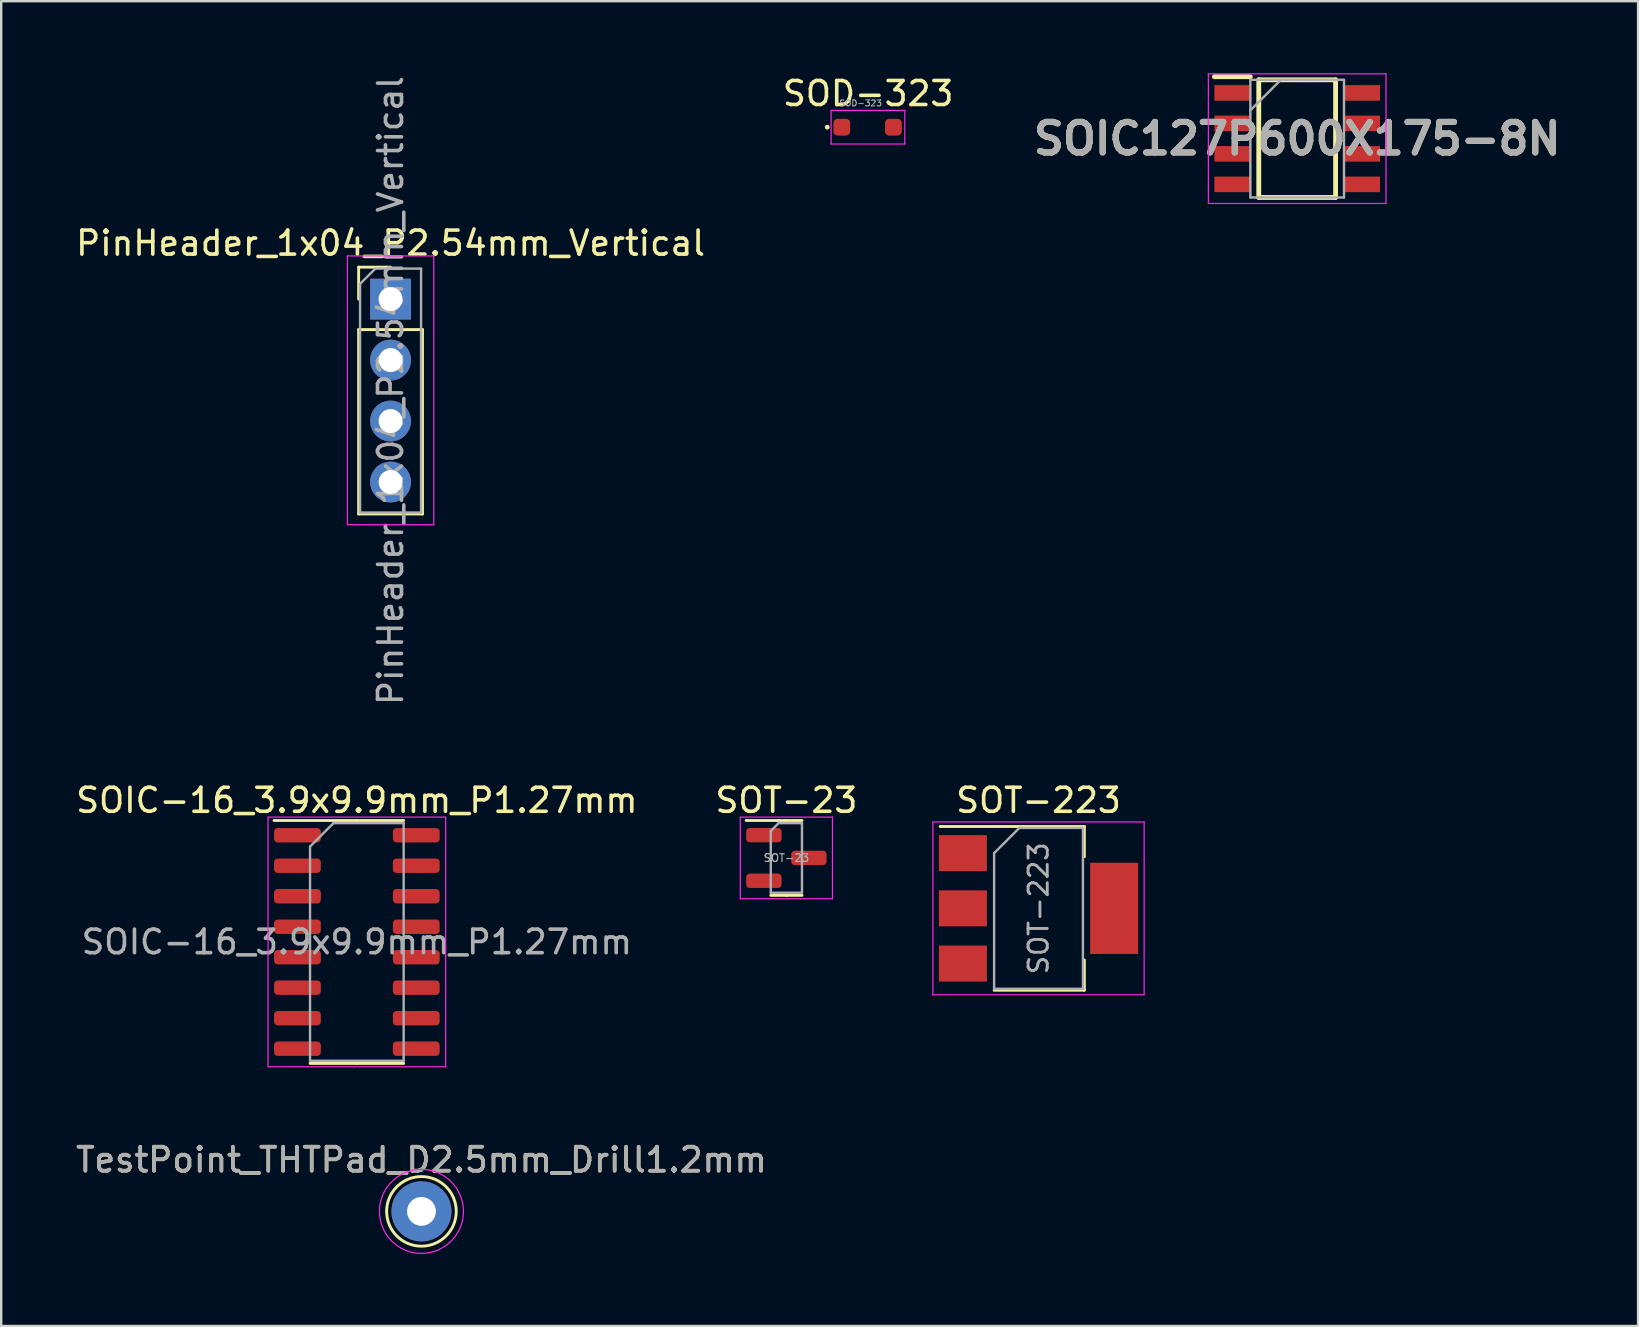
<source format=kicad_pcb>
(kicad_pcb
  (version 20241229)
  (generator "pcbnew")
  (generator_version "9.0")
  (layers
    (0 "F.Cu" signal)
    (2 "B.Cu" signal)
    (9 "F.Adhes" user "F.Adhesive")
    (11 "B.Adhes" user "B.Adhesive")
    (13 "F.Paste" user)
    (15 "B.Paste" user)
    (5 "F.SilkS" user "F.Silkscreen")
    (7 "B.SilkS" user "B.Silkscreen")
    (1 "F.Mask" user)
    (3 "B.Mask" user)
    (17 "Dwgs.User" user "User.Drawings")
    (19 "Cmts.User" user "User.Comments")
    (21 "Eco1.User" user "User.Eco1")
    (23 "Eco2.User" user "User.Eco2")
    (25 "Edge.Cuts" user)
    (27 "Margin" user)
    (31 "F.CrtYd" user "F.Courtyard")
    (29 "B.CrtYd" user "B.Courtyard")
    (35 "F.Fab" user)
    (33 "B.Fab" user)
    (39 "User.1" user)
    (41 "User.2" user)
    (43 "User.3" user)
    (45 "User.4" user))
  (footprint "SOT-23"
    (layer "F.Cu")
    (at 29.708 32.689)
    (property "Reference" "SOT-23" (at 0 -2.4 0) (layer "F.SilkS") (effects (font (size 1 1) (thickness 0.15))))
    (attr smd)
    (fp_line (start 0 -1.56) (end -1.675 -1.56) (stroke (width 0.12) (type solid)) (layer "F.SilkS"))
    (fp_line (start 0 -1.56) (end 0.65 -1.56) (stroke (width 0.12) (type solid)) (layer "F.SilkS"))
    (fp_line (start 0 1.56) (end -0.65 1.56) (stroke (width 0.12) (type solid)) (layer "F.SilkS"))
    (fp_line (start 0 1.56) (end 0.65 1.56) (stroke (width 0.12) (type solid)) (layer "F.SilkS"))
    (fp_line (start -1.92 -1.7) (end -1.92 1.7) (stroke (width 0.05) (type solid)) (layer "F.CrtYd"))
    (fp_line (start -1.92 1.7) (end 1.92 1.7) (stroke (width 0.05) (type solid)) (layer "F.CrtYd"))
    (fp_line (start 1.92 -1.7) (end -1.92 -1.7) (stroke (width 0.05) (type solid)) (layer "F.CrtYd"))
    (fp_line (start 1.92 1.7) (end 1.92 -1.7) (stroke (width 0.05) (type solid)) (layer "F.CrtYd"))
    (fp_line (start -0.65 -1.125) (end -0.325 -1.45) (stroke (width 0.1) (type solid)) (layer "F.Fab"))
    (fp_line (start -0.65 1.45) (end -0.65 -1.125) (stroke (width 0.1) (type solid)) (layer "F.Fab"))
    (fp_line (start -0.325 -1.45) (end 0.65 -1.45) (stroke (width 0.1) (type solid)) (layer "F.Fab"))
    (fp_line (start 0.65 -1.45) (end 0.65 1.45) (stroke (width 0.1) (type solid)) (layer "F.Fab"))
    (fp_line (start 0.65 1.45) (end -0.65 1.45) (stroke (width 0.1) (type solid)) (layer "F.Fab"))
    (fp_text user "${REFERENCE}" (at 0 0 0) (layer "F.Fab") (effects (font (size 0.32 0.32) (thickness 0.05))))
    (pad "1" smd roundrect (at -0.938 -0.95) (size 1.475 0.6) (layers "F.Cu" "F.Mask" "F.Paste") (roundrect_rratio 0.25))
    (pad "2" smd roundrect (at -0.938 0.95) (size 1.475 0.6) (layers "F.Cu" "F.Mask" "F.Paste") (roundrect_rratio 0.25))
    (pad "3" smd roundrect (at 0.938 0) (size 1.475 0.6) (layers "F.Cu" "F.Mask" "F.Paste") (roundrect_rratio 0.25)))
  (footprint "SOD-323"
    (layer "F.Cu")
    (at 32.501 2.248)
    (property "Reference" "SOD-323" (at 0.613 -1.4 0) (layer "F.SilkS") (effects (font (size 1 1) (thickness 0.15))))
    (attr smd)
    (fp_circle (center -1.09 0) (end -1.04 0) (stroke (width 0.1) (type solid)) (fill no) (layer "F.SilkS"))
    (fp_line (start -0.93 -0.7) (end 2.14 -0.7) (stroke (width 0.05) (type solid)) (layer "F.CrtYd"))
    (fp_line (start -0.93 0.7) (end -0.93 -0.7) (stroke (width 0.05) (type solid)) (layer "F.CrtYd"))
    (fp_line (start 2.14 -0.7) (end 2.14 0.7) (stroke (width 0.05) (type solid)) (layer "F.CrtYd"))
    (fp_line (start 2.14 0.7) (end -0.93 0.7) (stroke (width 0.05) (type solid)) (layer "F.CrtYd"))
    (fp_text user "${REFERENCE}" (at 0.3 -1 0) (layer "F.Fab") (effects (font (size 0.25 0.25) (thickness 0.04))))
    (pad "1" smd roundrect (at -0.485 0) (size 0.7 0.7) (layers "F.Cu" "F.Mask" "F.Paste") (roundrect_rratio 0.25))
    (pad "2" smd roundrect (at 1.665 0) (size 0.7 0.7) (layers "F.Cu" "F.Mask" "F.Paste") (roundrect_rratio 0.25)))
  (footprint "TestPoint_THTPad_D2.5mm_Drill1.2mm"
    (layer "F.Cu")
    (at 14.506 47.412)
    (property "Reference" "TestPoint_THTPad_D2.5mm_Drill1.2mm" (at 0 -2.148 0) (layer "F.SilkS") (effects (font (size 1 1) (thickness 0.15))))
    (attr exclude_from_pos_files)
    (fp_circle (center 0 0) (end 0 1.45) (stroke (width 0.12) (type solid)) (fill no) (layer "F.SilkS"))
    (fp_circle (center 0 0) (end 1.75 0) (stroke (width 0.05) (type solid)) (fill no) (layer "F.CrtYd"))
    (fp_text user "${REFERENCE}" (at 0 -2.15 0) (layer "F.Fab") (effects (font (size 1 1) (thickness 0.15))))
    (pad "1" thru_hole circle (at 0 0) (size 2.5 2.5) (drill 1.2) (layers "*.Cu" "*.Mask")))
  (footprint "SOT-223"
    (layer "F.Cu")
    (at 40.211 34.789)
    (property "Reference" "SOT-223" (at 0 -4.5 0) (layer "F.SilkS") (effects (font (size 1 1) (thickness 0.15))))
    (attr smd)
    (fp_line (start -4.1 -3.41) (end 1.91 -3.41) (stroke (width 0.12) (type solid)) (layer "F.SilkS"))
    (fp_line (start -1.85 3.41) (end 1.91 3.41) (stroke (width 0.12) (type solid)) (layer "F.SilkS"))
    (fp_line (start 1.91 -3.41) (end 1.91 -2.15) (stroke (width 0.12) (type solid)) (layer "F.SilkS"))
    (fp_line (start 1.91 3.41) (end 1.91 2.15) (stroke (width 0.12) (type solid)) (layer "F.SilkS"))
    (fp_line (start -4.4 -3.6) (end -4.4 3.6) (stroke (width 0.05) (type solid)) (layer "F.CrtYd"))
    (fp_line (start -4.4 3.6) (end 4.4 3.6) (stroke (width 0.05) (type solid)) (layer "F.CrtYd"))
    (fp_line (start 4.4 -3.6) (end -4.4 -3.6) (stroke (width 0.05) (type solid)) (layer "F.CrtYd"))
    (fp_line (start 4.4 3.6) (end 4.4 -3.6) (stroke (width 0.05) (type solid)) (layer "F.CrtYd"))
    (fp_line (start -1.85 -2.3) (end -1.85 3.35) (stroke (width 0.1) (type solid)) (layer "F.Fab"))
    (fp_line (start -1.85 -2.3) (end -0.8 -3.35) (stroke (width 0.1) (type solid)) (layer "F.Fab"))
    (fp_line (start -1.85 3.35) (end 1.85 3.35) (stroke (width 0.1) (type solid)) (layer "F.Fab"))
    (fp_line (start -0.8 -3.35) (end 1.85 -3.35) (stroke (width 0.1) (type solid)) (layer "F.Fab"))
    (fp_line (start 1.85 -3.35) (end 1.85 3.35) (stroke (width 0.1) (type solid)) (layer "F.Fab"))
    (fp_text user "${REFERENCE}" (at 0 0 90) (layer "F.Fab") (effects (font (size 0.8 0.8) (thickness 0.12))))
    (pad "1" smd rect (at -3.15 -2.3) (size 2 1.5) (layers "F.Cu" "F.Mask" "F.Paste"))
    (pad "2" smd rect (at -3.15 0) (size 2 1.5) (layers "F.Cu" "F.Mask" "F.Paste"))
    (pad "3" smd rect (at -3.15 2.3) (size 2 1.5) (layers "F.Cu" "F.Mask" "F.Paste"))
    (pad "4" smd rect (at 3.15 0) (size 2 3.8) (layers "F.Cu" "F.Mask" "F.Paste")))
  (footprint "SOIC-16_3.9x9.9mm_P1.27mm"
    (layer "F.Cu")
    (at 11.815 36.189)
    (property "Reference" "SOIC-16_3.9x9.9mm_P1.27mm" (at 0 -5.9 0) (layer "F.SilkS") (effects (font (size 1 1) (thickness 0.15))))
    (attr smd)
    (fp_line (start 0 -5.06) (end -3.45 -5.06) (stroke (width 0.12) (type solid)) (layer "F.SilkS"))
    (fp_line (start 0 -5.06) (end 1.95 -5.06) (stroke (width 0.12) (type solid)) (layer "F.SilkS"))
    (fp_line (start 0 5.06) (end -1.95 5.06) (stroke (width 0.12) (type solid)) (layer "F.SilkS"))
    (fp_line (start 0 5.06) (end 1.95 5.06) (stroke (width 0.12) (type solid)) (layer "F.SilkS"))
    (fp_line (start -3.7 -5.2) (end -3.7 5.2) (stroke (width 0.05) (type solid)) (layer "F.CrtYd"))
    (fp_line (start -3.7 5.2) (end 3.7 5.2) (stroke (width 0.05) (type solid)) (layer "F.CrtYd"))
    (fp_line (start 3.7 -5.2) (end -3.7 -5.2) (stroke (width 0.05) (type solid)) (layer "F.CrtYd"))
    (fp_line (start 3.7 5.2) (end 3.7 -5.2) (stroke (width 0.05) (type solid)) (layer "F.CrtYd"))
    (fp_line (start -1.95 -3.975) (end -0.975 -4.95) (stroke (width 0.1) (type solid)) (layer "F.Fab"))
    (fp_line (start -1.95 4.95) (end -1.95 -3.975) (stroke (width 0.1) (type solid)) (layer "F.Fab"))
    (fp_line (start -0.975 -4.95) (end 1.95 -4.95) (stroke (width 0.1) (type solid)) (layer "F.Fab"))
    (fp_line (start 1.95 -4.95) (end 1.95 4.95) (stroke (width 0.1) (type solid)) (layer "F.Fab"))
    (fp_line (start 1.95 4.95) (end -1.95 4.95) (stroke (width 0.1) (type solid)) (layer "F.Fab"))
    (fp_text user "${REFERENCE}" (at 0 0 0) (layer "F.Fab") (effects (font (size 0.98 0.98) (thickness 0.15))))
    (pad "1" smd roundrect (at -2.475 -4.445) (size 1.95 0.6) (layers "F.Cu" "F.Mask" "F.Paste") (roundrect_rratio 0.25))
    (pad "2" smd roundrect (at -2.475 -3.175) (size 1.95 0.6) (layers "F.Cu" "F.Mask" "F.Paste") (roundrect_rratio 0.25))
    (pad "3" smd roundrect (at -2.475 -1.905) (size 1.95 0.6) (layers "F.Cu" "F.Mask" "F.Paste") (roundrect_rratio 0.25))
    (pad "4" smd roundrect (at -2.475 -0.635) (size 1.95 0.6) (layers "F.Cu" "F.Mask" "F.Paste") (roundrect_rratio 0.25))
    (pad "5" smd roundrect (at -2.475 0.635) (size 1.95 0.6) (layers "F.Cu" "F.Mask" "F.Paste") (roundrect_rratio 0.25))
    (pad "6" smd roundrect (at -2.475 1.905) (size 1.95 0.6) (layers "F.Cu" "F.Mask" "F.Paste") (roundrect_rratio 0.25))
    (pad "7" smd roundrect (at -2.475 3.175) (size 1.95 0.6) (layers "F.Cu" "F.Mask" "F.Paste") (roundrect_rratio 0.25))
    (pad "8" smd roundrect (at -2.475 4.445) (size 1.95 0.6) (layers "F.Cu" "F.Mask" "F.Paste") (roundrect_rratio 0.25))
    (pad "9" smd roundrect (at 2.475 4.445) (size 1.95 0.6) (layers "F.Cu" "F.Mask" "F.Paste") (roundrect_rratio 0.25))
    (pad "10" smd roundrect (at 2.475 3.175) (size 1.95 0.6) (layers "F.Cu" "F.Mask" "F.Paste") (roundrect_rratio 0.25))
    (pad "11" smd roundrect (at 2.475 1.905) (size 1.95 0.6) (layers "F.Cu" "F.Mask" "F.Paste") (roundrect_rratio 0.25))
    (pad "12" smd roundrect (at 2.475 0.635) (size 1.95 0.6) (layers "F.Cu" "F.Mask" "F.Paste") (roundrect_rratio 0.25))
    (pad "13" smd roundrect (at 2.475 -0.635) (size 1.95 0.6) (layers "F.Cu" "F.Mask" "F.Paste") (roundrect_rratio 0.25))
    (pad "14" smd roundrect (at 2.475 -1.905) (size 1.95 0.6) (layers "F.Cu" "F.Mask" "F.Paste") (roundrect_rratio 0.25))
    (pad "15" smd roundrect (at 2.475 -3.175) (size 1.95 0.6) (layers "F.Cu" "F.Mask" "F.Paste") (roundrect_rratio 0.25))
    (pad "16" smd roundrect (at 2.475 -4.445) (size 1.95 0.6) (layers "F.Cu" "F.Mask" "F.Paste") (roundrect_rratio 0.25)))
  (footprint "PinHeader_1x04_P2.54mm_Vertical"
    (layer "F.Cu")
    (at 13.22 9.41)
    (property "Reference" "PinHeader_1x04_P2.54mm_Vertical" (at 0 -2.33 0) (layer "F.SilkS") (effects (font (size 1 1) (thickness 0.15))))
    (attr through_hole)
    (fp_line (start -1.33 -1.33) (end 0 -1.33) (stroke (width 0.12) (type solid)) (layer "F.SilkS"))
    (fp_line (start -1.33 0) (end -1.33 -1.33) (stroke (width 0.12) (type solid)) (layer "F.SilkS"))
    (fp_line (start -1.33 1.27) (end -1.33 8.95) (stroke (width 0.12) (type solid)) (layer "F.SilkS"))
    (fp_line (start -1.33 1.27) (end 1.33 1.27) (stroke (width 0.12) (type solid)) (layer "F.SilkS"))
    (fp_line (start -1.33 8.95) (end 1.33 8.95) (stroke (width 0.12) (type solid)) (layer "F.SilkS"))
    (fp_line (start 1.33 1.27) (end 1.33 8.95) (stroke (width 0.12) (type solid)) (layer "F.SilkS"))
    (fp_line (start -1.8 -1.8) (end -1.8 9.4) (stroke (width 0.05) (type solid)) (layer "F.CrtYd"))
    (fp_line (start -1.8 9.4) (end 1.8 9.4) (stroke (width 0.05) (type solid)) (layer "F.CrtYd"))
    (fp_line (start 1.8 -1.8) (end -1.8 -1.8) (stroke (width 0.05) (type solid)) (layer "F.CrtYd"))
    (fp_line (start 1.8 9.4) (end 1.8 -1.8) (stroke (width 0.05) (type solid)) (layer "F.CrtYd"))
    (fp_line (start -1.27 -0.635) (end -0.635 -1.27) (stroke (width 0.1) (type solid)) (layer "F.Fab"))
    (fp_line (start -1.27 8.89) (end -1.27 -0.635) (stroke (width 0.1) (type solid)) (layer "F.Fab"))
    (fp_line (start -0.635 -1.27) (end 1.27 -1.27) (stroke (width 0.1) (type solid)) (layer "F.Fab"))
    (fp_line (start 1.27 -1.27) (end 1.27 8.89) (stroke (width 0.1) (type solid)) (layer "F.Fab"))
    (fp_line (start 1.27 8.89) (end -1.27 8.89) (stroke (width 0.1) (type solid)) (layer "F.Fab"))
    (fp_text user "${REFERENCE}" (at 0 3.81 270) (layer "F.Fab") (effects (font (size 1 1) (thickness 0.15))))
    (pad "1" thru_hole rect (at 0 0) (size 1.7 1.7) (drill 1) (layers "*.Cu" "*.Mask"))
    (pad "2" thru_hole oval (at 0 2.54) (size 1.7 1.7) (drill 1) (layers "*.Cu" "*.Mask"))
    (pad "3" thru_hole oval (at 0 5.08) (size 1.7 1.7) (drill 1) (layers "*.Cu" "*.Mask"))
    (pad "4" thru_hole oval (at 0 7.62) (size 1.7 1.7) (drill 1) (layers "*.Cu" "*.Mask")))
  (footprint "SOIC127P600X175-8N"
    (layer "F.Cu")
    (at 50.986 2.725)
    (property "Reference" "SOIC127P600X175-8N" (at 0 0 0) (layer "F.SilkS") (effects (font (size 1.27 1.27) (thickness 0.254))))
    (attr smd)
    (fp_line (start -3.45 -2.58) (end -1.95 -2.58) (stroke (width 0.2) (type solid)) (layer "F.SilkS"))
    (fp_line (start -1.6 -2.45) (end 1.6 -2.45) (stroke (width 0.2) (type solid)) (layer "F.SilkS"))
    (fp_line (start -1.6 2.45) (end -1.6 -2.45) (stroke (width 0.2) (type solid)) (layer "F.SilkS"))
    (fp_line (start 1.6 -2.45) (end 1.6 2.45) (stroke (width 0.2) (type solid)) (layer "F.SilkS"))
    (fp_line (start 1.6 2.45) (end -1.6 2.45) (stroke (width 0.2) (type solid)) (layer "F.SilkS"))
    (fp_line (start -3.7 -2.7) (end 3.7 -2.7) (stroke (width 0.05) (type solid)) (layer "F.CrtYd"))
    (fp_line (start -3.7 2.7) (end -3.7 -2.7) (stroke (width 0.05) (type solid)) (layer "F.CrtYd"))
    (fp_line (start 3.7 -2.7) (end 3.7 2.7) (stroke (width 0.05) (type solid)) (layer "F.CrtYd"))
    (fp_line (start 3.7 2.7) (end -3.7 2.7) (stroke (width 0.05) (type solid)) (layer "F.CrtYd"))
    (fp_line (start -1.95 -2.45) (end 1.95 -2.45) (stroke (width 0.1) (type solid)) (layer "F.Fab"))
    (fp_line (start -1.95 -1.18) (end -0.68 -2.45) (stroke (width 0.1) (type solid)) (layer "F.Fab"))
    (fp_line (start -1.95 2.45) (end -1.95 -2.45) (stroke (width 0.1) (type solid)) (layer "F.Fab"))
    (fp_line (start 1.95 -2.45) (end 1.95 2.45) (stroke (width 0.1) (type solid)) (layer "F.Fab"))
    (fp_line (start 1.95 2.45) (end -1.95 2.45) (stroke (width 0.1) (type solid)) (layer "F.Fab"))
    (fp_text user "${REFERENCE}" (at 0 0 0) (layer "F.Fab") (effects (font (size 1.27 1.27) (thickness 0.254))))
    (pad "1" smd rect (at -2.7 -1.905 90) (size 0.65 1.5) (layers "F.Cu" "F.Mask" "F.Paste"))
    (pad "2" smd rect (at -2.7 -0.635 90) (size 0.65 1.5) (layers "F.Cu" "F.Mask" "F.Paste"))
    (pad "3" smd rect (at -2.7 0.635 90) (size 0.65 1.5) (layers "F.Cu" "F.Mask" "F.Paste"))
    (pad "4" smd rect (at -2.7 1.905 90) (size 0.65 1.5) (layers "F.Cu" "F.Mask" "F.Paste"))
    (pad "5" smd rect (at 2.7 1.905 90) (size 0.65 1.5) (layers "F.Cu" "F.Mask" "F.Paste"))
    (pad "6" smd rect (at 2.7 0.635 90) (size 0.65 1.5) (layers "F.Cu" "F.Mask" "F.Paste"))
    (pad "7" smd rect (at 2.7 -0.635 90) (size 0.65 1.5) (layers "F.Cu" "F.Mask" "F.Paste"))
    (pad "8" smd rect (at 2.7 -1.905 90) (size 0.65 1.5) (layers "F.Cu" "F.Mask" "F.Paste")))
  (gr_rect
    (start -3 -3)
    (end 65.186 52.187)
    (stroke (width 0.1) (type default))
    (fill no)
    (layer "Edge.Cuts")))
</source>
